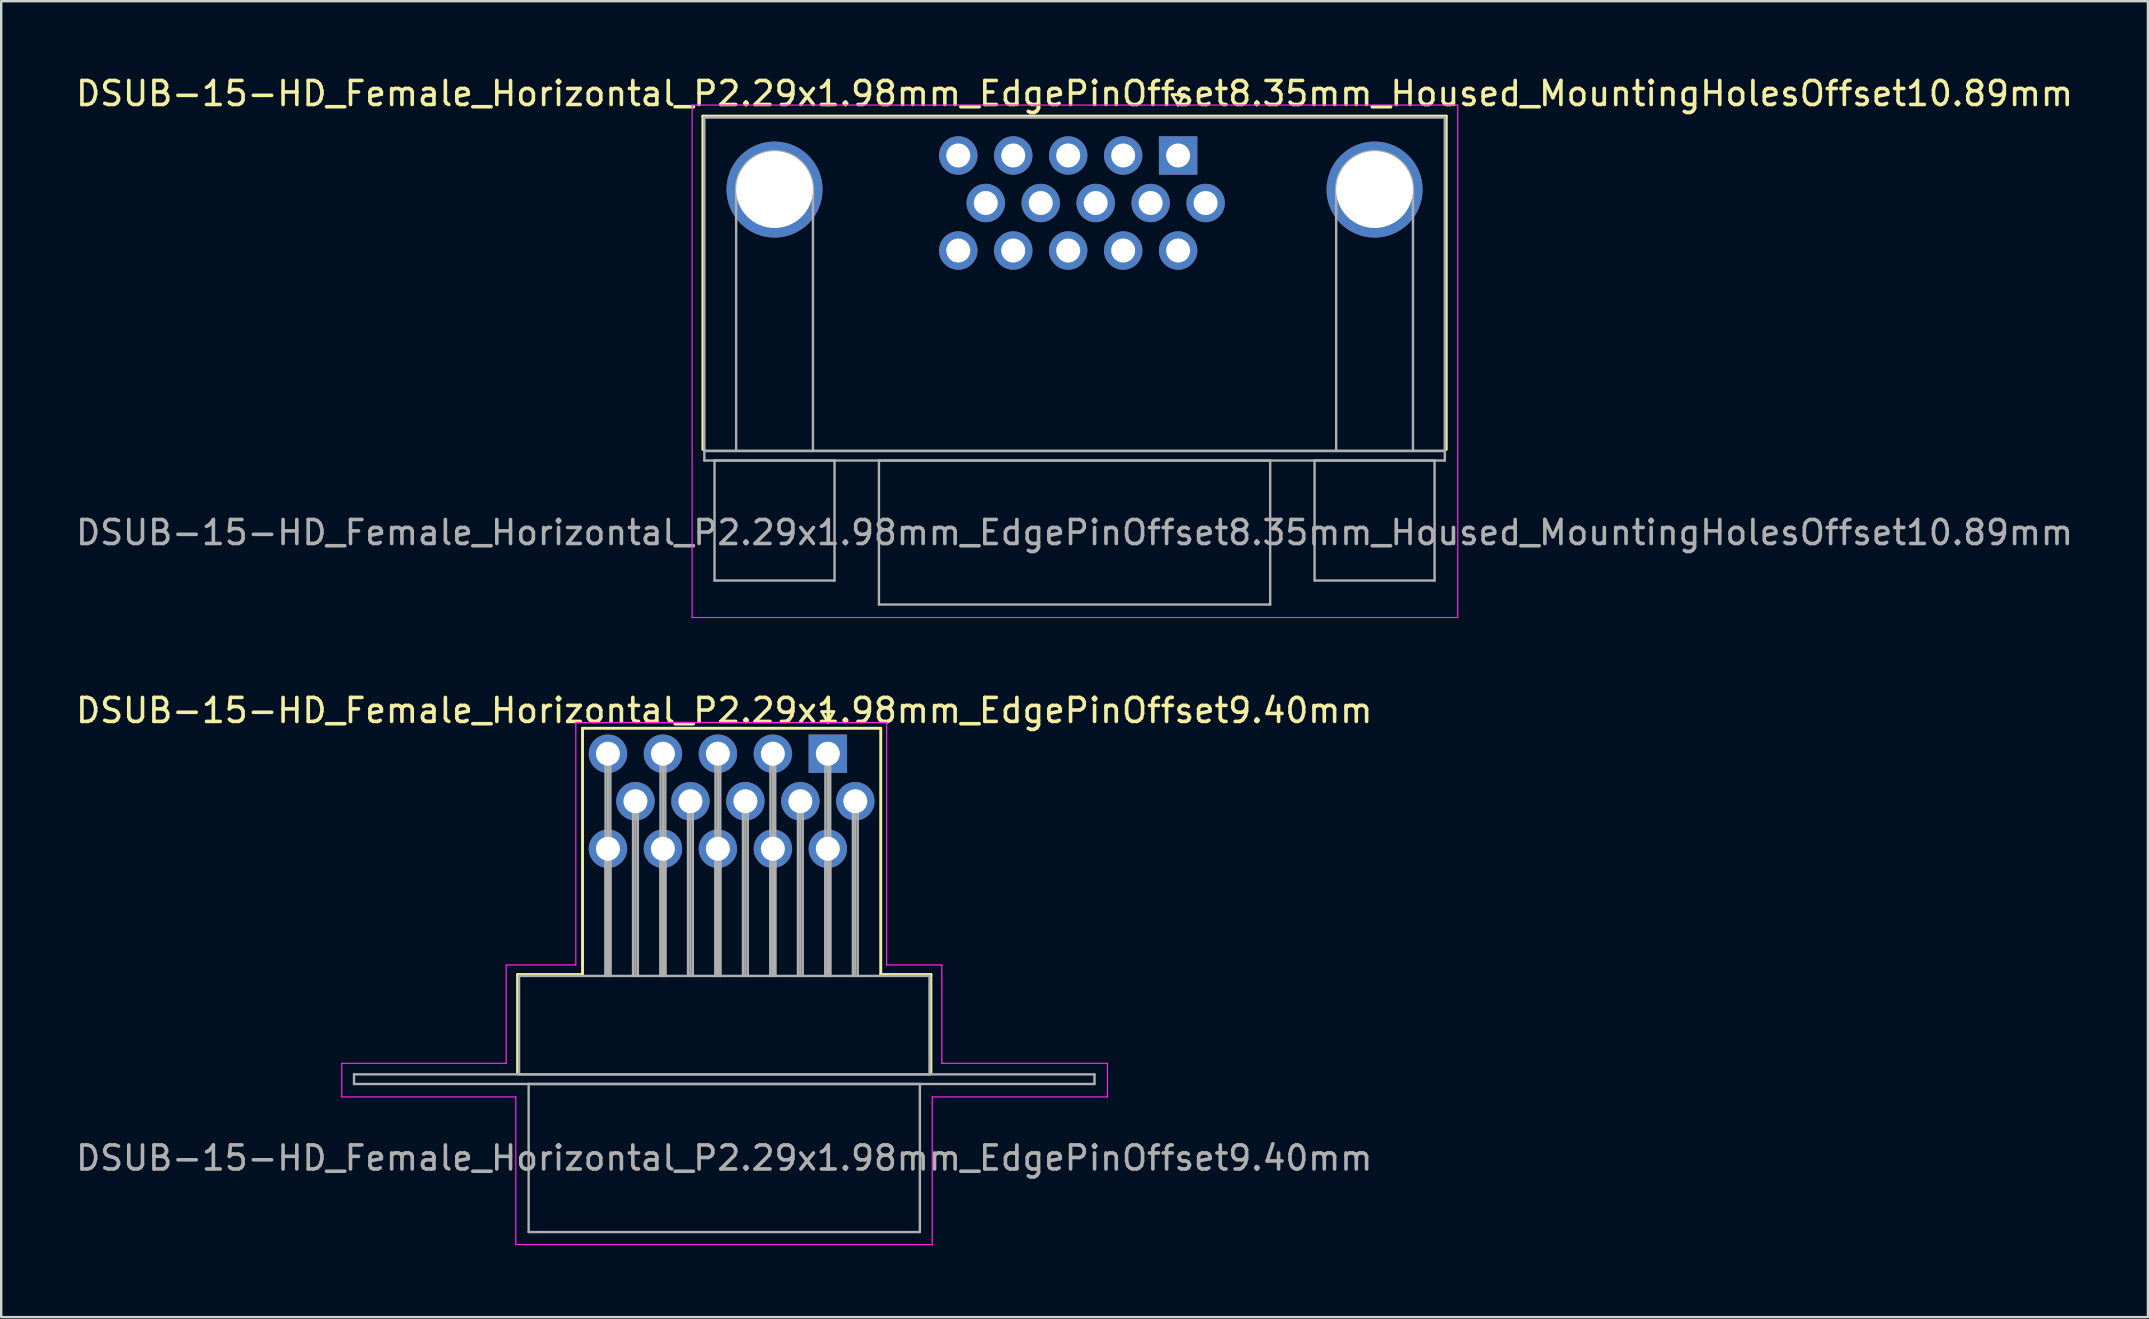
<source format=kicad_pcb>
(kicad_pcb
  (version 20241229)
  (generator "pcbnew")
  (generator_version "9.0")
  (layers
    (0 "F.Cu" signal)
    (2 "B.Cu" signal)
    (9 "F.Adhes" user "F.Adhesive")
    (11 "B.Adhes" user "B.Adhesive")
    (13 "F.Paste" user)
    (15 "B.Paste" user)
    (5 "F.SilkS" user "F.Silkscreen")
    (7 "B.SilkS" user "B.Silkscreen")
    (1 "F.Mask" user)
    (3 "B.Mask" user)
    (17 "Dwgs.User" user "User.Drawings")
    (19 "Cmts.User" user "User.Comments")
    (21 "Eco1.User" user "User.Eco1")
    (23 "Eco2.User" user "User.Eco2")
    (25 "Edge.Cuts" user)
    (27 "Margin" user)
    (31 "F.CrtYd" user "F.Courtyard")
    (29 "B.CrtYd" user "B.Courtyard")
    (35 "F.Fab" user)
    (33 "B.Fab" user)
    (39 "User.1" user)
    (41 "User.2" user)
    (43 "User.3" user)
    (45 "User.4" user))
  (footprint "DSUB-15-HD_Female_Horizontal_P2.29x1.98mm_EdgePinOffset9.40mm"
    (layer "F.Cu")
    (at 31.44 28.352)
    (property "Reference" "DSUB-15-HD_Female_Horizontal_P2.29x1.98mm_EdgePinOffset9.40mm" (at -4.315 -1.8 0) (layer "F.SilkS") (effects (font (size 1 1) (thickness 0.15))))
    (attr through_hole)
    (fp_line (start -12.925 9.2) (end -10.22 9.2) (stroke (width 0.12) (type solid)) (layer "F.SilkS"))
    (fp_line (start -12.925 13.3) (end -12.925 9.2) (stroke (width 0.12) (type solid)) (layer "F.SilkS"))
    (fp_line (start -10.22 -1.06) (end 2.205 -1.06) (stroke (width 0.12) (type solid)) (layer "F.SilkS"))
    (fp_line (start -10.22 9.2) (end -10.22 -1.06) (stroke (width 0.12) (type solid)) (layer "F.SilkS"))
    (fp_line (start -0.25 -1.754) (end 0.25 -1.754) (stroke (width 0.12) (type solid)) (layer "F.SilkS"))
    (fp_line (start 0 -1.321) (end -0.25 -1.754) (stroke (width 0.12) (type solid)) (layer "F.SilkS"))
    (fp_line (start 0.25 -1.754) (end 0 -1.321) (stroke (width 0.12) (type solid)) (layer "F.SilkS"))
    (fp_line (start 2.205 -1.06) (end 2.205 9.2) (stroke (width 0.12) (type solid)) (layer "F.SilkS"))
    (fp_line (start 2.205 9.2) (end 4.295 9.2) (stroke (width 0.12) (type solid)) (layer "F.SilkS"))
    (fp_line (start 4.295 9.2) (end 4.295 13.3) (stroke (width 0.12) (type solid)) (layer "F.SilkS"))
    (fp_line (start -20.25 12.9) (end -13.4 12.9) (stroke (width 0.05) (type solid)) (layer "F.CrtYd"))
    (fp_line (start -20.25 14.3) (end -20.25 12.9) (stroke (width 0.05) (type solid)) (layer "F.CrtYd"))
    (fp_line (start -13.4 8.8) (end -10.5 8.8) (stroke (width 0.05) (type solid)) (layer "F.CrtYd"))
    (fp_line (start -13.4 12.9) (end -13.4 8.8) (stroke (width 0.05) (type solid)) (layer "F.CrtYd"))
    (fp_line (start -13 14.3) (end -20.25 14.3) (stroke (width 0.05) (type solid)) (layer "F.CrtYd"))
    (fp_line (start -13 20.45) (end -13 14.3) (stroke (width 0.05) (type solid)) (layer "F.CrtYd"))
    (fp_line (start -10.5 -1.3) (end 2.45 -1.3) (stroke (width 0.05) (type solid)) (layer "F.CrtYd"))
    (fp_line (start -10.5 8.8) (end -10.5 -1.3) (stroke (width 0.05) (type solid)) (layer "F.CrtYd"))
    (fp_line (start 2.45 -1.3) (end 2.45 8.8) (stroke (width 0.05) (type solid)) (layer "F.CrtYd"))
    (fp_line (start 2.45 8.8) (end 4.75 8.8) (stroke (width 0.05) (type solid)) (layer "F.CrtYd"))
    (fp_line (start 4.35 14.3) (end 4.35 20.45) (stroke (width 0.05) (type solid)) (layer "F.CrtYd"))
    (fp_line (start 4.35 20.45) (end -13 20.45) (stroke (width 0.05) (type solid)) (layer "F.CrtYd"))
    (fp_line (start 4.75 8.8) (end 4.75 12.9) (stroke (width 0.05) (type solid)) (layer "F.CrtYd"))
    (fp_line (start 4.75 12.9) (end 11.65 12.9) (stroke (width 0.05) (type solid)) (layer "F.CrtYd"))
    (fp_line (start 11.65 12.9) (end 11.65 14.3) (stroke (width 0.05) (type solid)) (layer "F.CrtYd"))
    (fp_line (start 11.65 14.3) (end 4.35 14.3) (stroke (width 0.05) (type solid)) (layer "F.CrtYd"))
    (fp_line (start -19.74 13.36) (end -19.74 13.76) (stroke (width 0.1) (type solid)) (layer "F.Fab"))
    (fp_line (start -19.74 13.76) (end 11.11 13.76) (stroke (width 0.1) (type solid)) (layer "F.Fab"))
    (fp_line (start -12.865 9.26) (end -12.865 13.36) (stroke (width 0.1) (type solid)) (layer "F.Fab"))
    (fp_line (start -12.865 13.36) (end 4.235 13.36) (stroke (width 0.1) (type solid)) (layer "F.Fab"))
    (fp_line (start -12.465 13.76) (end -12.465 19.93) (stroke (width 0.1) (type solid)) (layer "F.Fab"))
    (fp_line (start -12.465 19.93) (end 3.835 19.93) (stroke (width 0.1) (type solid)) (layer "F.Fab"))
    (fp_line (start -9.26 0) (end -9.26 9.26) (stroke (width 0.1) (type solid)) (layer "F.Fab"))
    (fp_line (start -9.26 3.96) (end -9.26 9.26) (stroke (width 0.1) (type solid)) (layer "F.Fab"))
    (fp_line (start -9.16 0) (end -9.16 9.26) (stroke (width 0.1) (type solid)) (layer "F.Fab"))
    (fp_line (start -9.16 3.96) (end -9.16 9.26) (stroke (width 0.1) (type solid)) (layer "F.Fab"))
    (fp_line (start -9.06 0) (end -9.06 9.26) (stroke (width 0.1) (type solid)) (layer "F.Fab"))
    (fp_line (start -9.06 3.96) (end -9.06 9.26) (stroke (width 0.1) (type solid)) (layer "F.Fab"))
    (fp_line (start -8.115 1.98) (end -8.115 9.26) (stroke (width 0.1) (type solid)) (layer "F.Fab"))
    (fp_line (start -8.015 1.98) (end -8.015 9.26) (stroke (width 0.1) (type solid)) (layer "F.Fab"))
    (fp_line (start -7.915 1.98) (end -7.915 9.26) (stroke (width 0.1) (type solid)) (layer "F.Fab"))
    (fp_line (start -6.97 0) (end -6.97 9.26) (stroke (width 0.1) (type solid)) (layer "F.Fab"))
    (fp_line (start -6.97 3.96) (end -6.97 9.26) (stroke (width 0.1) (type solid)) (layer "F.Fab"))
    (fp_line (start -6.87 0) (end -6.87 9.26) (stroke (width 0.1) (type solid)) (layer "F.Fab"))
    (fp_line (start -6.87 3.96) (end -6.87 9.26) (stroke (width 0.1) (type solid)) (layer "F.Fab"))
    (fp_line (start -6.77 0) (end -6.77 9.26) (stroke (width 0.1) (type solid)) (layer "F.Fab"))
    (fp_line (start -6.77 3.96) (end -6.77 9.26) (stroke (width 0.1) (type solid)) (layer "F.Fab"))
    (fp_line (start -5.825 1.98) (end -5.825 9.26) (stroke (width 0.1) (type solid)) (layer "F.Fab"))
    (fp_line (start -5.725 1.98) (end -5.725 9.26) (stroke (width 0.1) (type solid)) (layer "F.Fab"))
    (fp_line (start -5.625 1.98) (end -5.625 9.26) (stroke (width 0.1) (type solid)) (layer "F.Fab"))
    (fp_line (start -4.68 0) (end -4.68 9.26) (stroke (width 0.1) (type solid)) (layer "F.Fab"))
    (fp_line (start -4.68 3.96) (end -4.68 9.26) (stroke (width 0.1) (type solid)) (layer "F.Fab"))
    (fp_line (start -4.58 0) (end -4.58 9.26) (stroke (width 0.1) (type solid)) (layer "F.Fab"))
    (fp_line (start -4.58 3.96) (end -4.58 9.26) (stroke (width 0.1) (type solid)) (layer "F.Fab"))
    (fp_line (start -4.48 0) (end -4.48 9.26) (stroke (width 0.1) (type solid)) (layer "F.Fab"))
    (fp_line (start -4.48 3.96) (end -4.48 9.26) (stroke (width 0.1) (type solid)) (layer "F.Fab"))
    (fp_line (start -3.535 1.98) (end -3.535 9.26) (stroke (width 0.1) (type solid)) (layer "F.Fab"))
    (fp_line (start -3.435 1.98) (end -3.435 9.26) (stroke (width 0.1) (type solid)) (layer "F.Fab"))
    (fp_line (start -3.335 1.98) (end -3.335 9.26) (stroke (width 0.1) (type solid)) (layer "F.Fab"))
    (fp_line (start -2.39 0) (end -2.39 9.26) (stroke (width 0.1) (type solid)) (layer "F.Fab"))
    (fp_line (start -2.39 3.96) (end -2.39 9.26) (stroke (width 0.1) (type solid)) (layer "F.Fab"))
    (fp_line (start -2.29 0) (end -2.29 9.26) (stroke (width 0.1) (type solid)) (layer "F.Fab"))
    (fp_line (start -2.29 3.96) (end -2.29 9.26) (stroke (width 0.1) (type solid)) (layer "F.Fab"))
    (fp_line (start -2.19 0) (end -2.19 9.26) (stroke (width 0.1) (type solid)) (layer "F.Fab"))
    (fp_line (start -2.19 3.96) (end -2.19 9.26) (stroke (width 0.1) (type solid)) (layer "F.Fab"))
    (fp_line (start -1.245 1.98) (end -1.245 9.26) (stroke (width 0.1) (type solid)) (layer "F.Fab"))
    (fp_line (start -1.145 1.98) (end -1.145 9.26) (stroke (width 0.1) (type solid)) (layer "F.Fab"))
    (fp_line (start -1.045 1.98) (end -1.045 9.26) (stroke (width 0.1) (type solid)) (layer "F.Fab"))
    (fp_line (start -0.1 0) (end -0.1 9.26) (stroke (width 0.1) (type solid)) (layer "F.Fab"))
    (fp_line (start -0.1 3.96) (end -0.1 9.26) (stroke (width 0.1) (type solid)) (layer "F.Fab"))
    (fp_line (start 0 0) (end 0 9.26) (stroke (width 0.1) (type solid)) (layer "F.Fab"))
    (fp_line (start 0 3.96) (end 0 9.26) (stroke (width 0.1) (type solid)) (layer "F.Fab"))
    (fp_line (start 0.1 0) (end 0.1 9.26) (stroke (width 0.1) (type solid)) (layer "F.Fab"))
    (fp_line (start 0.1 3.96) (end 0.1 9.26) (stroke (width 0.1) (type solid)) (layer "F.Fab"))
    (fp_line (start 1.045 1.98) (end 1.045 9.26) (stroke (width 0.1) (type solid)) (layer "F.Fab"))
    (fp_line (start 1.145 1.98) (end 1.145 9.26) (stroke (width 0.1) (type solid)) (layer "F.Fab"))
    (fp_line (start 1.245 1.98) (end 1.245 9.26) (stroke (width 0.1) (type solid)) (layer "F.Fab"))
    (fp_line (start 3.835 13.76) (end -12.465 13.76) (stroke (width 0.1) (type solid)) (layer "F.Fab"))
    (fp_line (start 3.835 19.93) (end 3.835 13.76) (stroke (width 0.1) (type solid)) (layer "F.Fab"))
    (fp_line (start 4.235 9.26) (end -12.865 9.26) (stroke (width 0.1) (type solid)) (layer "F.Fab"))
    (fp_line (start 4.235 13.36) (end 4.235 9.26) (stroke (width 0.1) (type solid)) (layer "F.Fab"))
    (fp_line (start 11.11 13.36) (end -19.74 13.36) (stroke (width 0.1) (type solid)) (layer "F.Fab"))
    (fp_line (start 11.11 13.76) (end 11.11 13.36) (stroke (width 0.1) (type solid)) (layer "F.Fab"))
    (fp_text user "${REFERENCE}" (at -4.315 16.845 0) (layer "F.Fab") (effects (font (size 1 1) (thickness 0.15))))
    (pad "1" thru_hole rect (at 0 0) (size 1.6 1.6) (drill 1) (layers "*.Cu" "*.Mask"))
    (pad "2" thru_hole circle (at -2.29 0) (size 1.6 1.6) (drill 1) (layers "*.Cu" "*.Mask"))
    (pad "3" thru_hole circle (at -4.58 0) (size 1.6 1.6) (drill 1) (layers "*.Cu" "*.Mask"))
    (pad "4" thru_hole circle (at -6.87 0) (size 1.6 1.6) (drill 1) (layers "*.Cu" "*.Mask"))
    (pad "5" thru_hole circle (at -9.16 0) (size 1.6 1.6) (drill 1) (layers "*.Cu" "*.Mask"))
    (pad "6" thru_hole circle (at 1.145 1.98) (size 1.6 1.6) (drill 1) (layers "*.Cu" "*.Mask"))
    (pad "7" thru_hole circle (at -1.145 1.98) (size 1.6 1.6) (drill 1) (layers "*.Cu" "*.Mask"))
    (pad "8" thru_hole circle (at -3.435 1.98) (size 1.6 1.6) (drill 1) (layers "*.Cu" "*.Mask"))
    (pad "9" thru_hole circle (at -5.725 1.98) (size 1.6 1.6) (drill 1) (layers "*.Cu" "*.Mask"))
    (pad "10" thru_hole circle (at -8.015 1.98) (size 1.6 1.6) (drill 1) (layers "*.Cu" "*.Mask"))
    (pad "11" thru_hole circle (at 0 3.96) (size 1.6 1.6) (drill 1) (layers "*.Cu" "*.Mask"))
    (pad "12" thru_hole circle (at -2.29 3.96) (size 1.6 1.6) (drill 1) (layers "*.Cu" "*.Mask"))
    (pad "13" thru_hole circle (at -4.58 3.96) (size 1.6 1.6) (drill 1) (layers "*.Cu" "*.Mask"))
    (pad "14" thru_hole circle (at -6.87 3.96) (size 1.6 1.6) (drill 1) (layers "*.Cu" "*.Mask"))
    (pad "15" thru_hole circle (at -9.16 3.96) (size 1.6 1.6) (drill 1) (layers "*.Cu" "*.Mask")))
  (footprint "DSUB-15-HD_Female_Horizontal_P2.29x1.98mm_EdgePinOffset8.35mm_Housed_MountingHolesOffset10.89mm"
    (layer "F.Cu")
    (at 46.035 3.428)
    (property "Reference" "DSUB-15-HD_Female_Horizontal_P2.29x1.98mm_EdgePinOffset8.35mm_Housed_MountingHolesOffset10.89mm" (at -4.315 -2.58 0) (layer "F.SilkS") (effects (font (size 1 1) (thickness 0.15))))
    (attr through_hole)
    (fp_line (start -19.8 -1.64) (end 11.17 -1.64) (stroke (width 0.12) (type solid)) (layer "F.SilkS"))
    (fp_line (start -19.8 12.25) (end -19.8 -1.64) (stroke (width 0.12) (type solid)) (layer "F.SilkS"))
    (fp_line (start -0.25 -2.534) (end 0.25 -2.534) (stroke (width 0.12) (type solid)) (layer "F.SilkS"))
    (fp_line (start 0 -2.101) (end -0.25 -2.534) (stroke (width 0.12) (type solid)) (layer "F.SilkS"))
    (fp_line (start 0.25 -2.534) (end 0 -2.101) (stroke (width 0.12) (type solid)) (layer "F.SilkS"))
    (fp_line (start 11.17 -1.64) (end 11.17 12.25) (stroke (width 0.12) (type solid)) (layer "F.SilkS"))
    (fp_line (start -20.25 -2.1) (end -20.25 19.25) (stroke (width 0.05) (type solid)) (layer "F.CrtYd"))
    (fp_line (start -20.25 19.25) (end 11.65 19.25) (stroke (width 0.05) (type solid)) (layer "F.CrtYd"))
    (fp_line (start 11.65 -2.1) (end -20.25 -2.1) (stroke (width 0.05) (type solid)) (layer "F.CrtYd"))
    (fp_line (start 11.65 19.25) (end 11.65 -2.1) (stroke (width 0.05) (type solid)) (layer "F.CrtYd"))
    (fp_line (start -19.74 -1.58) (end -19.74 12.31) (stroke (width 0.1) (type solid)) (layer "F.Fab"))
    (fp_line (start -19.74 12.31) (end -19.74 12.71) (stroke (width 0.1) (type solid)) (layer "F.Fab"))
    (fp_line (start -19.74 12.31) (end 11.11 12.31) (stroke (width 0.1) (type solid)) (layer "F.Fab"))
    (fp_line (start -19.74 12.71) (end 11.11 12.71) (stroke (width 0.1) (type solid)) (layer "F.Fab"))
    (fp_line (start -19.315 12.71) (end -19.315 17.71) (stroke (width 0.1) (type solid)) (layer "F.Fab"))
    (fp_line (start -19.315 17.71) (end -14.315 17.71) (stroke (width 0.1) (type solid)) (layer "F.Fab"))
    (fp_line (start -18.415 12.31) (end -18.415 1.42) (stroke (width 0.1) (type solid)) (layer "F.Fab"))
    (fp_line (start -15.215 12.31) (end -15.215 1.42) (stroke (width 0.1) (type solid)) (layer "F.Fab"))
    (fp_line (start -14.315 12.71) (end -19.315 12.71) (stroke (width 0.1) (type solid)) (layer "F.Fab"))
    (fp_line (start -14.315 17.71) (end -14.315 12.71) (stroke (width 0.1) (type solid)) (layer "F.Fab"))
    (fp_line (start -12.465 12.71) (end -12.465 18.71) (stroke (width 0.1) (type solid)) (layer "F.Fab"))
    (fp_line (start -12.465 18.71) (end 3.835 18.71) (stroke (width 0.1) (type solid)) (layer "F.Fab"))
    (fp_line (start 3.835 12.71) (end -12.465 12.71) (stroke (width 0.1) (type solid)) (layer "F.Fab"))
    (fp_line (start 3.835 18.71) (end 3.835 12.71) (stroke (width 0.1) (type solid)) (layer "F.Fab"))
    (fp_line (start 5.685 12.71) (end 5.685 17.71) (stroke (width 0.1) (type solid)) (layer "F.Fab"))
    (fp_line (start 5.685 17.71) (end 10.685 17.71) (stroke (width 0.1) (type solid)) (layer "F.Fab"))
    (fp_line (start 6.585 12.31) (end 6.585 1.42) (stroke (width 0.1) (type solid)) (layer "F.Fab"))
    (fp_line (start 9.785 12.31) (end 9.785 1.42) (stroke (width 0.1) (type solid)) (layer "F.Fab"))
    (fp_line (start 10.685 12.71) (end 5.685 12.71) (stroke (width 0.1) (type solid)) (layer "F.Fab"))
    (fp_line (start 10.685 17.71) (end 10.685 12.71) (stroke (width 0.1) (type solid)) (layer "F.Fab"))
    (fp_line (start 11.11 -1.58) (end -19.74 -1.58) (stroke (width 0.1) (type solid)) (layer "F.Fab"))
    (fp_line (start 11.11 12.31) (end -19.74 12.31) (stroke (width 0.1) (type solid)) (layer "F.Fab"))
    (fp_line (start 11.11 12.31) (end 11.11 -1.58) (stroke (width 0.1) (type solid)) (layer "F.Fab"))
    (fp_line (start 11.11 12.71) (end 11.11 12.31) (stroke (width 0.1) (type solid)) (layer "F.Fab"))
    (fp_arc (start -18.415 1.42) (mid -16.815 -0.18) (end -15.215 1.42) (stroke (width 0.1) (type solid)) (layer "F.Fab"))
    (fp_arc (start 6.585 1.42) (mid 8.185 -0.18) (end 9.785 1.42) (stroke (width 0.1) (type solid)) (layer "F.Fab"))
    (fp_text user "${REFERENCE}" (at -4.315 15.71 0) (layer "F.Fab") (effects (font (size 1 1) (thickness 0.15))))
    (pad "0" thru_hole circle (at -16.815 1.42) (size 4 4) (drill 3.2) (layers "*.Cu" "*.Mask"))
    (pad "0" thru_hole circle (at 8.185 1.42) (size 4 4) (drill 3.2) (layers "*.Cu" "*.Mask"))
    (pad "1" thru_hole rect (at 0 0) (size 1.6 1.6) (drill 1) (layers "*.Cu" "*.Mask"))
    (pad "2" thru_hole circle (at -2.29 0) (size 1.6 1.6) (drill 1) (layers "*.Cu" "*.Mask"))
    (pad "3" thru_hole circle (at -4.58 0) (size 1.6 1.6) (drill 1) (layers "*.Cu" "*.Mask"))
    (pad "4" thru_hole circle (at -6.87 0) (size 1.6 1.6) (drill 1) (layers "*.Cu" "*.Mask"))
    (pad "5" thru_hole circle (at -9.16 0) (size 1.6 1.6) (drill 1) (layers "*.Cu" "*.Mask"))
    (pad "6" thru_hole circle (at 1.145 1.98) (size 1.6 1.6) (drill 1) (layers "*.Cu" "*.Mask"))
    (pad "7" thru_hole circle (at -1.145 1.98) (size 1.6 1.6) (drill 1) (layers "*.Cu" "*.Mask"))
    (pad "8" thru_hole circle (at -3.435 1.98) (size 1.6 1.6) (drill 1) (layers "*.Cu" "*.Mask"))
    (pad "9" thru_hole circle (at -5.725 1.98) (size 1.6 1.6) (drill 1) (layers "*.Cu" "*.Mask"))
    (pad "10" thru_hole circle (at -8.015 1.98) (size 1.6 1.6) (drill 1) (layers "*.Cu" "*.Mask"))
    (pad "11" thru_hole circle (at 0 3.96) (size 1.6 1.6) (drill 1) (layers "*.Cu" "*.Mask"))
    (pad "12" thru_hole circle (at -2.29 3.96) (size 1.6 1.6) (drill 1) (layers "*.Cu" "*.Mask"))
    (pad "13" thru_hole circle (at -4.58 3.96) (size 1.6 1.6) (drill 1) (layers "*.Cu" "*.Mask"))
    (pad "14" thru_hole circle (at -6.87 3.96) (size 1.6 1.6) (drill 1) (layers "*.Cu" "*.Mask"))
    (pad "15" thru_hole circle (at -9.16 3.96) (size 1.6 1.6) (drill 1) (layers "*.Cu" "*.Mask")))
  (gr_rect
    (start -3 -3)
    (end 86.44 51.827)
    (stroke (width 0.1) (type default))
    (fill no)
    (layer "Edge.Cuts")))
</source>
